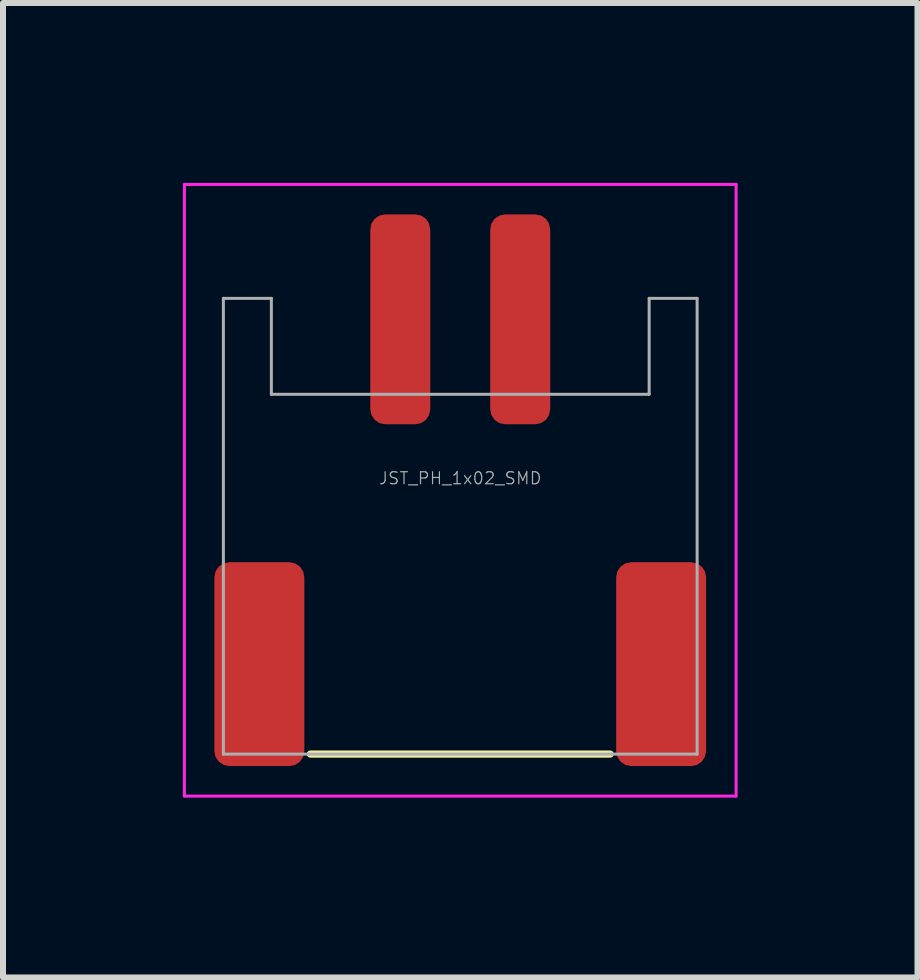
<source format=kicad_pcb>
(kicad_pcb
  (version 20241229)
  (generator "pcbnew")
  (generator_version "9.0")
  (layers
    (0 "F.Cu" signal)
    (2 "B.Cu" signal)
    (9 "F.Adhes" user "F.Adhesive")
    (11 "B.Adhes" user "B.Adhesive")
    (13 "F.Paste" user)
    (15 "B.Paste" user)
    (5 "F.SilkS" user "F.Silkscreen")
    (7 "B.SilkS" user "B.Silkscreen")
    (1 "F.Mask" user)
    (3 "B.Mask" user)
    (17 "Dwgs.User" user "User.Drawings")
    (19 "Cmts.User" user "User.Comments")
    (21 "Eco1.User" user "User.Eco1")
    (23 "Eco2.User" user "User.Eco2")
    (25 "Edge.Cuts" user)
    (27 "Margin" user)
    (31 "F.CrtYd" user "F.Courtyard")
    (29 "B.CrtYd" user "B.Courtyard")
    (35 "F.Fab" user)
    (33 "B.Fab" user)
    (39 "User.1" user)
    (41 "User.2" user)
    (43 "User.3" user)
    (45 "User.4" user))
  (footprint "JST_PH_1x02_SMD"
    (layer "F.Cu")
    (at 4.625 5.125)
    (property "Reference" "JST_PH_1x02_SMD" (at 0 -0.2 0) (unlocked yes) (layer "F.Fab") (effects (font (size 0.2 0.2) (thickness 0.02))))
    (attr smd)
    (fp_line (start -2.5 4.4) (end 2.5 4.4) (stroke (width 0.12) (type default)) (layer "F.SilkS"))
    (fp_line (start -4.6 -5.1) (end -4.6 5.1) (stroke (width 0.05) (type solid)) (layer "F.CrtYd"))
    (fp_line (start -4.6 5.1) (end 4.6 5.1) (stroke (width 0.05) (type solid)) (layer "F.CrtYd"))
    (fp_line (start 4.6 -5.1) (end -4.6 -5.1) (stroke (width 0.05) (type solid)) (layer "F.CrtYd"))
    (fp_line (start 4.6 5.1) (end 4.6 -5.1) (stroke (width 0.05) (type solid)) (layer "F.CrtYd"))
    (fp_line (start -3.95 -3.2) (end -3.95 4.4) (stroke (width 0.05) (type solid)) (layer "F.Fab"))
    (fp_line (start -3.95 -3.2) (end -3.15 -3.2) (stroke (width 0.05) (type solid)) (layer "F.Fab"))
    (fp_line (start -3.95 4.4) (end 3.95 4.4) (stroke (width 0.05) (type solid)) (layer "F.Fab"))
    (fp_line (start -3.15 -3.2) (end -3.15 -1.6) (stroke (width 0.05) (type solid)) (layer "F.Fab"))
    (fp_line (start -3.15 -1.6) (end 3.15 -1.6) (stroke (width 0.05) (type solid)) (layer "F.Fab"))
    (fp_line (start 3.15 -3.2) (end 3.95 -3.2) (stroke (width 0.05) (type solid)) (layer "F.Fab"))
    (fp_line (start 3.15 -1.6) (end 3.15 -3.2) (stroke (width 0.05) (type solid)) (layer "F.Fab"))
    (fp_line (start 3.95 -3.2) (end 3.95 4.4) (stroke (width 0.05) (type solid)) (layer "F.Fab"))
    (pad "1" smd roundrect (at -1 -2.85) (size 1 3.5) (layers "F.Cu" "F.Mask" "F.Paste") (roundrect_rratio 0.25))
    (pad "2" smd roundrect (at -3.35 2.9) (size 1.5 3.4) (layers "F.Cu" "F.Mask" "F.Paste") (roundrect_rratio 0.167))
    (pad "2" smd roundrect (at 1 -2.85) (size 1 3.5) (layers "F.Cu" "F.Mask" "F.Paste") (roundrect_rratio 0.25))
    (pad "2" smd roundrect (at 3.35 2.9) (size 1.5 3.4) (layers "F.Cu" "F.Mask" "F.Paste") (roundrect_rratio 0.167)))
  (gr_rect
    (start -3 -3)
    (end 12.25 13.25)
    (stroke (width 0.1) (type default))
    (fill no)
    (layer "Edge.Cuts")))
</source>
